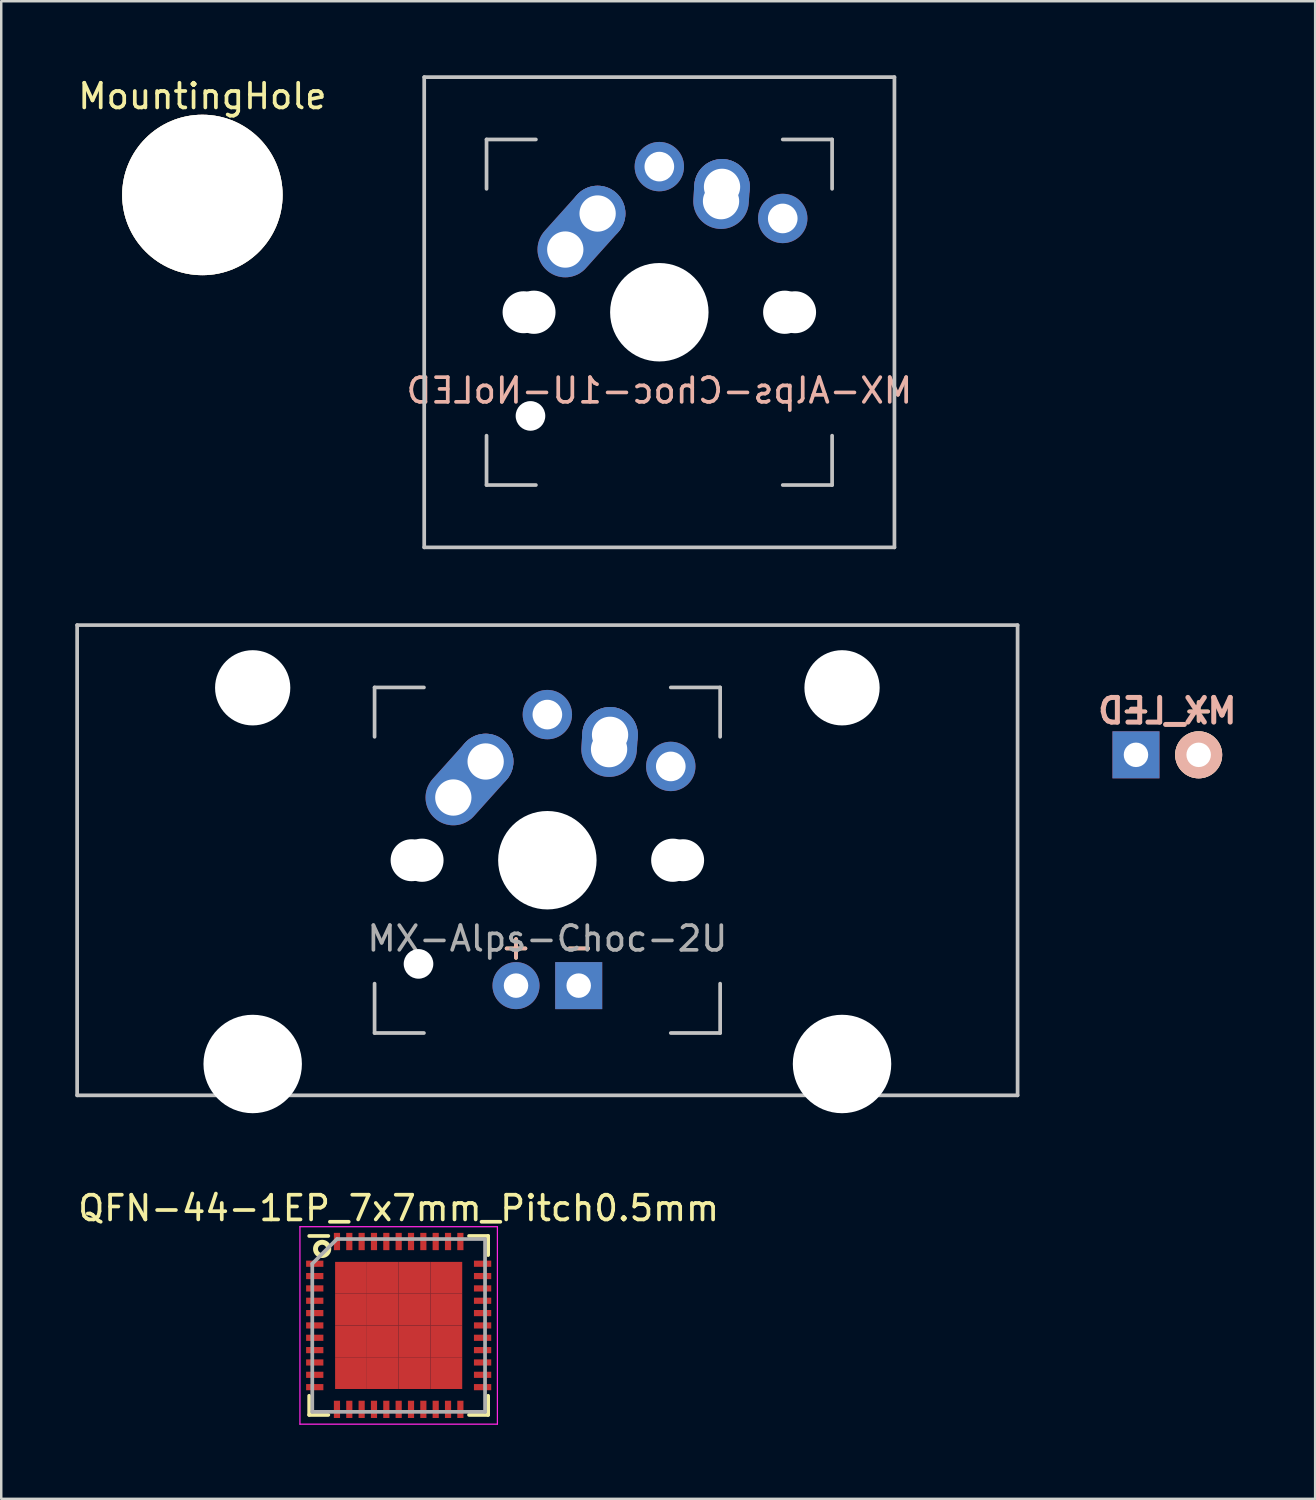
<source format=kicad_pcb>
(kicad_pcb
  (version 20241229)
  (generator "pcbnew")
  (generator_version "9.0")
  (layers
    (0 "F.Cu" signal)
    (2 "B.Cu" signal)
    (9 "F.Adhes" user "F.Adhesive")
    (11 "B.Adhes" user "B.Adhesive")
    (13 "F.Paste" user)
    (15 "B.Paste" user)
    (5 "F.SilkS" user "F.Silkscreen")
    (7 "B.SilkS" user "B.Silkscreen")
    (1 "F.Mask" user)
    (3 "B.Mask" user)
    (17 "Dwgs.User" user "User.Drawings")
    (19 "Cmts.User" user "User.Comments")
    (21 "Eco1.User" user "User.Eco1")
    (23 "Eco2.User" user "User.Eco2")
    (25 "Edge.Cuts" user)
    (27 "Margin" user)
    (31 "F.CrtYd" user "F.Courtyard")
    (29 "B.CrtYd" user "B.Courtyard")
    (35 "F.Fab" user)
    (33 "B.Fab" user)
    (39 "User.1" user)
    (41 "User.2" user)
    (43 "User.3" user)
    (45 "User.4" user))
  (footprint "MX-Alps-Choc-2U"
    (layer "F.Cu")
    (at 19.125 31.8)
    (property "Reference" "MX-Alps-Choc-2U" (at 0 3.175 0) (layer "F.Fab") (effects (font (size 1 1) (thickness 0.15))))
    (attr through_hole)
    (fp_line (start -19.05 -9.525) (end 19.05 -9.525) (stroke (width 0.15) (type solid)) (layer "Dwgs.User"))
    (fp_line (start -19.05 9.525) (end -19.05 -9.525) (stroke (width 0.15) (type solid)) (layer "Dwgs.User"))
    (fp_line (start -7 -7) (end -7 -5) (stroke (width 0.15) (type solid)) (layer "Dwgs.User"))
    (fp_line (start -7 5) (end -7 7) (stroke (width 0.15) (type solid)) (layer "Dwgs.User"))
    (fp_line (start -7 7) (end -5 7) (stroke (width 0.15) (type solid)) (layer "Dwgs.User"))
    (fp_line (start -5 -7) (end -7 -7) (stroke (width 0.15) (type solid)) (layer "Dwgs.User"))
    (fp_line (start 5 -7) (end 7 -7) (stroke (width 0.15) (type solid)) (layer "Dwgs.User"))
    (fp_line (start 5 7) (end 7 7) (stroke (width 0.15) (type solid)) (layer "Dwgs.User"))
    (fp_line (start 7 -7) (end 7 -5) (stroke (width 0.15) (type solid)) (layer "Dwgs.User"))
    (fp_line (start 7 7) (end 7 5) (stroke (width 0.15) (type solid)) (layer "Dwgs.User"))
    (fp_line (start 19.05 -9.525) (end 19.05 9.525) (stroke (width 0.15) (type solid)) (layer "Dwgs.User"))
    (fp_line (start 19.05 9.525) (end -19.05 9.525) (stroke (width 0.15) (type solid)) (layer "Dwgs.User"))
    (fp_text user "-" (at 1.27 3.5 0) (layer "F.SilkS") (effects (font (size 1 1) (thickness 0.15))))
    (fp_text user "+" (at -1.27 3.5 0) (layer "F.SilkS") (effects (font (size 1 1) (thickness 0.15))))
    (fp_text user "-" (at 1.27 3.5 0) (layer "B.SilkS") (effects (font (size 1 1) (thickness 0.15))))
    (fp_text user "+" (at -1.27 3.5 0) (layer "B.SilkS") (effects (font (size 1 1) (thickness 0.15))))
    (pad "" np_thru_hole circle (at -11.938 -6.985) (size 3.048 3.048) (drill 3.048) (layers "*.Cu" "*.Mask"))
    (pad "" np_thru_hole circle (at -11.938 8.255) (size 3.988 3.988) (drill 3.988) (layers "*.Cu" "*.Mask"))
    (pad "" np_thru_hole circle (at -5.5 0 48.1) (size 1.7 1.7) (drill 1.7) (layers "*.Cu" "*.Mask"))
    (pad "" np_thru_hole circle (at -5.22 4.2 48.1) (size 1.2 1.2) (drill 1.2) (layers "*.Cu" "*.Mask"))
    (pad "" np_thru_hole circle (at -5.08 0 48.1) (size 1.75 1.75) (drill 1.75) (layers "*.Cu" "*.Mask"))
    (pad "" np_thru_hole circle (at 0 0) (size 3.988 3.988) (drill 3.988) (layers "*.Cu" "*.Mask"))
    (pad "" np_thru_hole circle (at 5.08 0 48.1) (size 1.75 1.75) (drill 1.75) (layers "*.Cu" "*.Mask"))
    (pad "" np_thru_hole circle (at 5.5 0 48.1) (size 1.7 1.7) (drill 1.7) (layers "*.Cu" "*.Mask"))
    (pad "" np_thru_hole circle (at 11.938 -6.985) (size 3.048 3.048) (drill 3.048) (layers "*.Cu" "*.Mask"))
    (pad "" np_thru_hole circle (at 11.938 8.255) (size 3.988 3.988) (drill 3.988) (layers "*.Cu" "*.Mask"))
    (pad "1" thru_hole oval (at -3.81 -2.54 48.1) (size 4.212 2.25) (drill 1.47 (offset 0.981 0)) (layers "*.Cu" "*.Mask"))
    (pad "1" thru_hole circle (at -2.5 -4) (size 2.25 2.25) (drill 1.47) (layers "*.Cu" "*.Mask"))
    (pad "1" thru_hole circle (at 0 -5.9) (size 2 2) (drill 1.2) (layers "*.Cu" "*.Mask"))
    (pad "2" thru_hole oval (at 2.5 -4.5 86.1) (size 2.831 2.25) (drill 1.47 (offset 0.291 0)) (layers "*.Cu" "*.Mask"))
    (pad "2" thru_hole circle (at 2.54 -5.08) (size 2.25 2.25) (drill 1.47) (layers "*.Cu" "*.Mask"))
    (pad "2" thru_hole circle (at 5 -3.8) (size 2 2) (drill 1.2) (layers "*.Cu" "*.Mask"))
    (pad "3" thru_hole circle (at -1.27 5.08) (size 1.905 1.905) (drill 0.991) (layers "*.Cu" "*.Mask"))
    (pad "4" thru_hole rect (at 1.27 5.08) (size 1.905 1.905) (drill 0.991) (layers "*.Cu" "*.Mask")))
  (footprint "MX_LED"
    (layer "F.Cu")
    (at 44.241 22.45)
    (property "Reference" "MX_LED" (at 0 3.302 0) (layer "B.SilkS") (effects (font (size 1 1) (thickness 0.203)) (justify mirror)))
    (attr through_hole)
    (fp_text user "-" (at -1.27 3.25 0) (layer "F.SilkS") (effects (font (size 1 1) (thickness 0.15))))
    (fp_text user "+" (at 1.27 3.25 0) (layer "F.SilkS") (effects (font (size 1 1) (thickness 0.15))))
    (fp_text user "+" (at 1.27 3.25 0) (layer "B.SilkS") (effects (font (size 1 1) (thickness 0.15)) (justify mirror)))
    (fp_text user "-" (at -1.27 3.25 0) (layer "B.SilkS") (effects (font (size 1 1) (thickness 0.15)) (justify mirror)))
    (pad "1" thru_hole rect (at -1.27 5.08) (size 1.905 1.905) (drill 0.991) (layers "*.Cu" "*.Mask"))
    (pad "2" thru_hole circle (at 1.27 5.08) (size 1.905 1.905) (drill 0.991) (layers "*.Cu" "*.SilkS" "*.Mask")))
  (footprint "MX-Alps-Choc-1U-NoLED"
    (layer "F.Cu")
    (at 23.661 9.6)
    (property "Reference" "MX-Alps-Choc-1U-NoLED" (at 0 3.175 0) (layer "B.SilkS") (effects (font (size 1 1) (thickness 0.15)) (justify mirror)))
    (attr through_hole)
    (fp_line (start -9.525 -9.525) (end 9.525 -9.525) (stroke (width 0.15) (type solid)) (layer "Dwgs.User"))
    (fp_line (start -9.525 9.525) (end -9.525 -9.525) (stroke (width 0.15) (type solid)) (layer "Dwgs.User"))
    (fp_line (start -7 -7) (end -7 -5) (stroke (width 0.15) (type solid)) (layer "Dwgs.User"))
    (fp_line (start -7 5) (end -7 7) (stroke (width 0.15) (type solid)) (layer "Dwgs.User"))
    (fp_line (start -7 7) (end -5 7) (stroke (width 0.15) (type solid)) (layer "Dwgs.User"))
    (fp_line (start -5 -7) (end -7 -7) (stroke (width 0.15) (type solid)) (layer "Dwgs.User"))
    (fp_line (start 5 -7) (end 7 -7) (stroke (width 0.15) (type solid)) (layer "Dwgs.User"))
    (fp_line (start 5 7) (end 7 7) (stroke (width 0.15) (type solid)) (layer "Dwgs.User"))
    (fp_line (start 7 -7) (end 7 -5) (stroke (width 0.15) (type solid)) (layer "Dwgs.User"))
    (fp_line (start 7 7) (end 7 5) (stroke (width 0.15) (type solid)) (layer "Dwgs.User"))
    (fp_line (start 9.525 -9.525) (end 9.525 9.525) (stroke (width 0.15) (type solid)) (layer "Dwgs.User"))
    (fp_line (start 9.525 9.525) (end -9.525 9.525) (stroke (width 0.15) (type solid)) (layer "Dwgs.User"))
    (pad "" np_thru_hole circle (at -5.5 0 48.1) (size 1.7 1.7) (drill 1.7) (layers "*.Cu" "*.Mask"))
    (pad "" np_thru_hole circle (at -5.22 4.2 48.1) (size 1.2 1.2) (drill 1.2) (layers "*.Cu" "*.Mask"))
    (pad "" np_thru_hole circle (at -5.08 0 48.1) (size 1.75 1.75) (drill 1.75) (layers "*.Cu" "*.Mask"))
    (pad "" np_thru_hole circle (at 0 0) (size 3.988 3.988) (drill 3.988) (layers "*.Cu" "*.Mask"))
    (pad "" np_thru_hole circle (at 5.08 0 48.1) (size 1.75 1.75) (drill 1.75) (layers "*.Cu" "*.Mask"))
    (pad "" np_thru_hole circle (at 5.5 0 48.1) (size 1.7 1.7) (drill 1.7) (layers "*.Cu" "*.Mask"))
    (pad "1" thru_hole oval (at 2.5 -4.5 86.1) (size 2.831 2.25) (drill 1.47 (offset 0.291 0)) (layers "*.Cu" "*.Mask"))
    (pad "1" thru_hole circle (at 2.54 -5.08) (size 2.25 2.25) (drill 1.47) (layers "*.Cu" "*.Mask"))
    (pad "1" thru_hole circle (at 5 -3.8) (size 2 2) (drill 1.2) (layers "*.Cu" "*.Mask"))
    (pad "2" thru_hole oval (at -3.81 -2.54 48.1) (size 4.212 2.25) (drill 1.47 (offset 0.981 0)) (layers "*.Cu" "*.Mask"))
    (pad "2" thru_hole circle (at -2.5 -4) (size 2.25 2.25) (drill 1.47) (layers "*.Cu" "*.Mask"))
    (pad "2" thru_hole circle (at 0 -5.9) (size 2 2) (drill 1.2) (layers "*.Cu" "*.Mask")))
  (footprint "MountingHole"
    (layer "F.Cu")
    (at 5.149 4.848)
    (property "Reference" "MountingHole" (at 0 -4 0) (layer "F.SilkS") (effects (font (size 1 1) (thickness 0.15))))
    (attr through_hole)
    (fp_circle (center 0 0) (end 0 -2.8) (stroke (width 0.15) (type solid)) (fill no) (layer "F.SilkS"))
    (pad "" thru_hole circle (at 0 0) (size 6.5 6.5) (drill 6.5) (layers "*.Cu" "*.Mask" "F.SilkS")))
  (footprint "QFN-44-1EP_7x7mm_Pitch0.5mm"
    (layer "F.Cu")
    (at 13.101 50.647)
    (property "Reference" "QFN-44-1EP_7x7mm_Pitch0.5mm" (at 0 -4.75 0) (layer "F.SilkS") (effects (font (size 1 1) (thickness 0.15))))
    (attr smd)
    (fp_line (start -3.625 -3.625) (end -2.85 -3.625) (stroke (width 0.15) (type solid)) (layer "F.SilkS"))
    (fp_line (start -3.625 3.625) (end -3.625 2.85) (stroke (width 0.15) (type solid)) (layer "F.SilkS"))
    (fp_line (start -3.625 3.625) (end -2.85 3.625) (stroke (width 0.15) (type solid)) (layer "F.SilkS"))
    (fp_line (start 3.625 -3.625) (end 2.85 -3.625) (stroke (width 0.15) (type solid)) (layer "F.SilkS"))
    (fp_line (start 3.625 -3.625) (end 3.625 -2.85) (stroke (width 0.15) (type solid)) (layer "F.SilkS"))
    (fp_line (start 3.625 3.625) (end 2.85 3.625) (stroke (width 0.15) (type solid)) (layer "F.SilkS"))
    (fp_line (start 3.625 3.625) (end 3.625 2.85) (stroke (width 0.15) (type solid)) (layer "F.SilkS"))
    (fp_circle (center -3.1 -3.1) (end -3.35 -3.2) (stroke (width 0.2) (type solid)) (fill no) (layer "F.SilkS"))
    (fp_line (start -4 -4) (end -4 4) (stroke (width 0.05) (type solid)) (layer "F.CrtYd"))
    (fp_line (start -4 -4) (end 4 -4) (stroke (width 0.05) (type solid)) (layer "F.CrtYd"))
    (fp_line (start -4 4) (end 4 4) (stroke (width 0.05) (type solid)) (layer "F.CrtYd"))
    (fp_line (start 4 -4) (end 4 4) (stroke (width 0.05) (type solid)) (layer "F.CrtYd"))
    (fp_line (start -3.5 -2.5) (end -2.5 -3.5) (stroke (width 0.15) (type solid)) (layer "F.Fab"))
    (fp_line (start -3.5 3.5) (end -3.5 -2.5) (stroke (width 0.15) (type solid)) (layer "F.Fab"))
    (fp_line (start -2.5 -3.5) (end 3.5 -3.5) (stroke (width 0.15) (type solid)) (layer "F.Fab"))
    (fp_line (start 3.5 -3.5) (end 3.5 3.5) (stroke (width 0.15) (type solid)) (layer "F.Fab"))
    (fp_line (start 3.5 3.5) (end -3.5 3.5) (stroke (width 0.15) (type solid)) (layer "F.Fab"))
    (pad "1" smd rect (at -3.4 -2.5) (size 0.7 0.25) (layers "F.Cu" "F.Mask" "F.Paste"))
    (pad "2" smd rect (at -3.4 -2) (size 0.7 0.25) (layers "F.Cu" "F.Mask" "F.Paste"))
    (pad "3" smd rect (at -3.4 -1.5) (size 0.7 0.25) (layers "F.Cu" "F.Mask" "F.Paste"))
    (pad "4" smd rect (at -3.4 -1) (size 0.7 0.25) (layers "F.Cu" "F.Mask" "F.Paste"))
    (pad "5" smd rect (at -3.4 -0.5) (size 0.7 0.25) (layers "F.Cu" "F.Mask" "F.Paste"))
    (pad "6" smd rect (at -3.4 0) (size 0.7 0.25) (layers "F.Cu" "F.Mask" "F.Paste"))
    (pad "7" smd rect (at -3.4 0.5) (size 0.7 0.25) (layers "F.Cu" "F.Mask" "F.Paste"))
    (pad "8" smd rect (at -3.4 1) (size 0.7 0.25) (layers "F.Cu" "F.Mask" "F.Paste"))
    (pad "9" smd rect (at -3.4 1.5) (size 0.7 0.25) (layers "F.Cu" "F.Mask" "F.Paste"))
    (pad "10" smd rect (at -3.4 2) (size 0.7 0.25) (layers "F.Cu" "F.Mask" "F.Paste"))
    (pad "11" smd rect (at -3.4 2.5) (size 0.7 0.25) (layers "F.Cu" "F.Mask" "F.Paste"))
    (pad "12" smd rect (at -2.5 3.4 90) (size 0.7 0.25) (layers "F.Cu" "F.Mask" "F.Paste"))
    (pad "13" smd rect (at -2 3.4 90) (size 0.7 0.25) (layers "F.Cu" "F.Mask" "F.Paste"))
    (pad "14" smd rect (at -1.5 3.4 90) (size 0.7 0.25) (layers "F.Cu" "F.Mask" "F.Paste"))
    (pad "15" smd rect (at -1 3.4 90) (size 0.7 0.25) (layers "F.Cu" "F.Mask" "F.Paste"))
    (pad "16" smd rect (at -0.5 3.4 90) (size 0.7 0.25) (layers "F.Cu" "F.Mask" "F.Paste"))
    (pad "17" smd rect (at 0 3.4 90) (size 0.7 0.25) (layers "F.Cu" "F.Mask" "F.Paste"))
    (pad "18" smd rect (at 0.5 3.4 90) (size 0.7 0.25) (layers "F.Cu" "F.Mask" "F.Paste"))
    (pad "19" smd rect (at 1 3.4 90) (size 0.7 0.25) (layers "F.Cu" "F.Mask" "F.Paste"))
    (pad "20" smd rect (at 1.5 3.4 90) (size 0.7 0.25) (layers "F.Cu" "F.Mask" "F.Paste"))
    (pad "21" smd rect (at 2 3.4 90) (size 0.7 0.25) (layers "F.Cu" "F.Mask" "F.Paste"))
    (pad "22" smd rect (at 2.5 3.4 90) (size 0.7 0.25) (layers "F.Cu" "F.Mask" "F.Paste"))
    (pad "23" smd rect (at 3.4 2.5) (size 0.7 0.25) (layers "F.Cu" "F.Mask" "F.Paste"))
    (pad "24" smd rect (at 3.4 2) (size 0.7 0.25) (layers "F.Cu" "F.Mask" "F.Paste"))
    (pad "25" smd rect (at 3.4 1.5) (size 0.7 0.25) (layers "F.Cu" "F.Mask" "F.Paste"))
    (pad "26" smd rect (at 3.4 1) (size 0.7 0.25) (layers "F.Cu" "F.Mask" "F.Paste"))
    (pad "27" smd rect (at 3.4 0.5) (size 0.7 0.25) (layers "F.Cu" "F.Mask" "F.Paste"))
    (pad "28" smd rect (at 3.4 0) (size 0.7 0.25) (layers "F.Cu" "F.Mask" "F.Paste"))
    (pad "29" smd rect (at 3.4 -0.5) (size 0.7 0.25) (layers "F.Cu" "F.Mask" "F.Paste"))
    (pad "30" smd rect (at 3.4 -1) (size 0.7 0.25) (layers "F.Cu" "F.Mask" "F.Paste"))
    (pad "31" smd rect (at 3.4 -1.5) (size 0.7 0.25) (layers "F.Cu" "F.Mask" "F.Paste"))
    (pad "32" smd rect (at 3.4 -2) (size 0.7 0.25) (layers "F.Cu" "F.Mask" "F.Paste"))
    (pad "33" smd rect (at 3.4 -2.5) (size 0.7 0.25) (layers "F.Cu" "F.Mask" "F.Paste"))
    (pad "34" smd rect (at 2.5 -3.4 90) (size 0.7 0.25) (layers "F.Cu" "F.Mask" "F.Paste"))
    (pad "35" smd rect (at 2 -3.4 90) (size 0.7 0.25) (layers "F.Cu" "F.Mask" "F.Paste"))
    (pad "36" smd rect (at 1.5 -3.4 90) (size 0.7 0.25) (layers "F.Cu" "F.Mask" "F.Paste"))
    (pad "37" smd rect (at 1 -3.4 90) (size 0.7 0.25) (layers "F.Cu" "F.Mask" "F.Paste"))
    (pad "38" smd rect (at 0.5 -3.4 90) (size 0.7 0.25) (layers "F.Cu" "F.Mask" "F.Paste"))
    (pad "39" smd rect (at 0 -3.4 90) (size 0.7 0.25) (layers "F.Cu" "F.Mask" "F.Paste"))
    (pad "40" smd rect (at -0.5 -3.4 90) (size 0.7 0.25) (layers "F.Cu" "F.Mask" "F.Paste"))
    (pad "41" smd rect (at -1 -3.4 90) (size 0.7 0.25) (layers "F.Cu" "F.Mask" "F.Paste"))
    (pad "42" smd rect (at -1.5 -3.4 90) (size 0.7 0.25) (layers "F.Cu" "F.Mask" "F.Paste"))
    (pad "43" smd rect (at -2 -3.4 90) (size 0.7 0.25) (layers "F.Cu" "F.Mask" "F.Paste"))
    (pad "44" smd rect (at -2.5 -3.4 90) (size 0.7 0.25) (layers "F.Cu" "F.Mask" "F.Paste"))
    (pad "45" smd rect (at -1.931 -1.931) (size 1.288 1.288) (layers "F.Cu" "F.Mask" "F.Paste"))
    (pad "45" smd rect (at -1.931 -0.644) (size 1.288 1.288) (layers "F.Cu" "F.Mask" "F.Paste"))
    (pad "45" smd rect (at -1.931 0.644) (size 1.288 1.288) (layers "F.Cu" "F.Mask" "F.Paste"))
    (pad "45" smd rect (at -1.931 1.931) (size 1.288 1.288) (layers "F.Cu" "F.Mask" "F.Paste"))
    (pad "45" smd rect (at -0.644 -1.931) (size 1.288 1.288) (layers "F.Cu" "F.Mask" "F.Paste"))
    (pad "45" smd rect (at -0.644 -0.644) (size 1.288 1.288) (layers "F.Cu" "F.Mask" "F.Paste"))
    (pad "45" smd rect (at -0.644 0.644) (size 1.288 1.288) (layers "F.Cu" "F.Mask" "F.Paste"))
    (pad "45" smd rect (at -0.644 1.931) (size 1.288 1.288) (layers "F.Cu" "F.Mask" "F.Paste"))
    (pad "45" smd rect (at 0.644 -1.931) (size 1.288 1.288) (layers "F.Cu" "F.Mask" "F.Paste"))
    (pad "45" smd rect (at 0.644 -0.644) (size 1.288 1.288) (layers "F.Cu" "F.Mask" "F.Paste"))
    (pad "45" smd rect (at 0.644 0.644) (size 1.288 1.288) (layers "F.Cu" "F.Mask" "F.Paste"))
    (pad "45" smd rect (at 0.644 1.931) (size 1.288 1.288) (layers "F.Cu" "F.Mask" "F.Paste"))
    (pad "45" smd rect (at 1.931 -1.931) (size 1.288 1.288) (layers "F.Cu" "F.Mask" "F.Paste"))
    (pad "45" smd rect (at 1.931 -0.644) (size 1.288 1.288) (layers "F.Cu" "F.Mask" "F.Paste"))
    (pad "45" smd rect (at 1.931 0.644) (size 1.288 1.288) (layers "F.Cu" "F.Mask" "F.Paste"))
    (pad "45" smd rect (at 1.931 1.931) (size 1.288 1.288) (layers "F.Cu" "F.Mask" "F.Paste")))
  (gr_rect
    (start -3 -3)
    (end 50.231 57.672)
    (stroke (width 0.1) (type default))
    (fill no)
    (layer "Edge.Cuts")))
</source>
